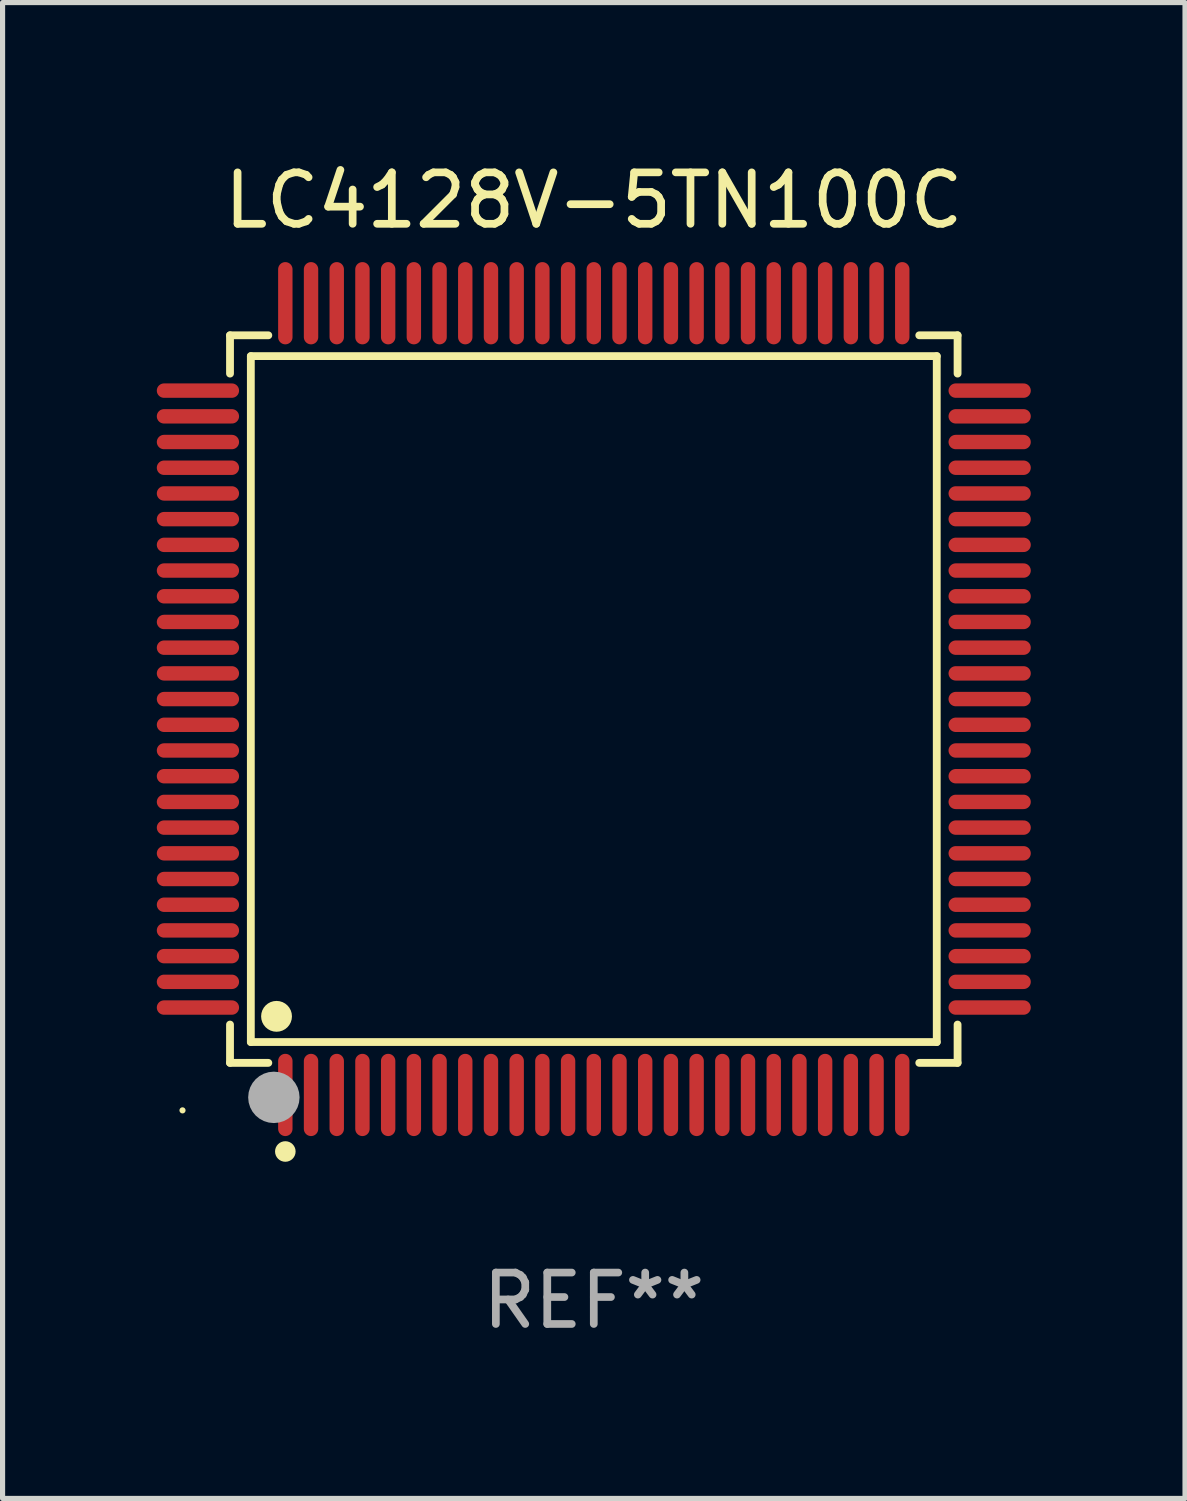
<source format=kicad_pcb>
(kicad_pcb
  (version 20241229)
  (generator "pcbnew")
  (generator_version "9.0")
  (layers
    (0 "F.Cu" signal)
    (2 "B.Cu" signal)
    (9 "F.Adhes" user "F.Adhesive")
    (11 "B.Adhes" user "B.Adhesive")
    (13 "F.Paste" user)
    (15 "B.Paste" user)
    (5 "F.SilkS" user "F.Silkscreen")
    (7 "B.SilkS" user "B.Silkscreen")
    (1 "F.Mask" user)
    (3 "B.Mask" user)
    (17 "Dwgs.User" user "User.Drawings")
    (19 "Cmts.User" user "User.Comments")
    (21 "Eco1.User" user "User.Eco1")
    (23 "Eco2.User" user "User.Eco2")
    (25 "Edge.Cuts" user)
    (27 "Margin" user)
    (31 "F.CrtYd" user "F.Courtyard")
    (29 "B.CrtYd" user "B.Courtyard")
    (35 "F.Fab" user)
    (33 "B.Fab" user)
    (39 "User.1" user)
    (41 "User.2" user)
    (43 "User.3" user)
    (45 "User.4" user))
  (footprint "LC4128V-5TN100C"
    (layer "F.Cu")
    (at 8.5 10.548)
    (property "Reference" "LC4128V-5TN100C" (at 0 -9.7 0) (layer "F.SilkS") (effects (font (size 1 1) (thickness 0.15))))
    (attr through_hole)
    (fp_line (start -7.076 -7.076) (end -6.331 -7.076) (stroke (width 0.152) (type solid)) (layer "F.SilkS"))
    (fp_line (start -7.076 -6.331) (end -7.076 -7.076) (stroke (width 0.152) (type solid)) (layer "F.SilkS"))
    (fp_line (start -7.076 6.331) (end -7.076 7.076) (stroke (width 0.152) (type solid)) (layer "F.SilkS"))
    (fp_line (start -7.076 7.076) (end -6.331 7.076) (stroke (width 0.152) (type solid)) (layer "F.SilkS"))
    (fp_line (start -6.671 -6.671) (end 6.671 -6.671) (stroke (width 0.152) (type solid)) (layer "F.SilkS"))
    (fp_line (start -6.671 6.671) (end -6.671 -6.671) (stroke (width 0.152) (type solid)) (layer "F.SilkS"))
    (fp_line (start 6.671 -6.671) (end 6.671 6.671) (stroke (width 0.152) (type solid)) (layer "F.SilkS"))
    (fp_line (start 6.671 6.671) (end -6.671 6.671) (stroke (width 0.152) (type solid)) (layer "F.SilkS"))
    (fp_line (start 7.076 -7.076) (end 6.331 -7.076) (stroke (width 0.152) (type solid)) (layer "F.SilkS"))
    (fp_line (start 7.076 -6.331) (end 7.076 -7.076) (stroke (width 0.152) (type solid)) (layer "F.SilkS"))
    (fp_line (start 7.076 6.331) (end 7.076 7.076) (stroke (width 0.152) (type solid)) (layer "F.SilkS"))
    (fp_line (start 7.076 7.076) (end 6.331 7.076) (stroke (width 0.152) (type solid)) (layer "F.SilkS"))
    (fp_circle (center -8 8) (end -7.97 8) (stroke (width 0.06) (type solid)) (fill no) (layer "F.SilkS"))
    (fp_circle (center -6.171 6.171) (end -6.021 6.171) (stroke (width 0.3) (type solid)) (fill no) (layer "F.SilkS"))
    (fp_circle (center -6 8.8) (end -5.9 8.8) (stroke (width 0.2) (type solid)) (fill no) (layer "F.SilkS"))
    (fp_circle (center -6.223 7.747) (end -5.973 7.747) (stroke (width 0.5) (type solid)) (fill no) (layer "F.Fab"))
    (fp_text user "REF**" (at 0 11.7 0) (layer "F.Fab") (effects (font (size 1 1) (thickness 0.15))))
    (pad "1" smd oval (at -6 7.7) (size 0.28 1.6) (layers "F.Cu" "F.Mask" "F.Paste"))
    (pad "2" smd oval (at -5.5 7.7) (size 0.28 1.6) (layers "F.Cu" "F.Mask" "F.Paste"))
    (pad "3" smd oval (at -5 7.7) (size 0.28 1.6) (layers "F.Cu" "F.Mask" "F.Paste"))
    (pad "4" smd oval (at -4.5 7.7) (size 0.28 1.6) (layers "F.Cu" "F.Mask" "F.Paste"))
    (pad "5" smd oval (at -4 7.7) (size 0.28 1.6) (layers "F.Cu" "F.Mask" "F.Paste"))
    (pad "6" smd oval (at -3.5 7.7) (size 0.28 1.6) (layers "F.Cu" "F.Mask" "F.Paste"))
    (pad "7" smd oval (at -3 7.7) (size 0.28 1.6) (layers "F.Cu" "F.Mask" "F.Paste"))
    (pad "8" smd oval (at -2.5 7.7) (size 0.28 1.6) (layers "F.Cu" "F.Mask" "F.Paste"))
    (pad "9" smd oval (at -2 7.7) (size 0.28 1.6) (layers "F.Cu" "F.Mask" "F.Paste"))
    (pad "10" smd oval (at -1.5 7.7) (size 0.28 1.6) (layers "F.Cu" "F.Mask" "F.Paste"))
    (pad "11" smd oval (at -1 7.7) (size 0.28 1.6) (layers "F.Cu" "F.Mask" "F.Paste"))
    (pad "12" smd oval (at -0.5 7.7) (size 0.28 1.6) (layers "F.Cu" "F.Mask" "F.Paste"))
    (pad "13" smd oval (at 0 7.7) (size 0.28 1.6) (layers "F.Cu" "F.Mask" "F.Paste"))
    (pad "14" smd oval (at 0.5 7.7) (size 0.28 1.6) (layers "F.Cu" "F.Mask" "F.Paste"))
    (pad "15" smd oval (at 1 7.7) (size 0.28 1.6) (layers "F.Cu" "F.Mask" "F.Paste"))
    (pad "16" smd oval (at 1.5 7.7) (size 0.28 1.6) (layers "F.Cu" "F.Mask" "F.Paste"))
    (pad "17" smd oval (at 2 7.7) (size 0.28 1.6) (layers "F.Cu" "F.Mask" "F.Paste"))
    (pad "18" smd oval (at 2.5 7.7) (size 0.28 1.6) (layers "F.Cu" "F.Mask" "F.Paste"))
    (pad "19" smd oval (at 3 7.7) (size 0.28 1.6) (layers "F.Cu" "F.Mask" "F.Paste"))
    (pad "20" smd oval (at 3.5 7.7) (size 0.28 1.6) (layers "F.Cu" "F.Mask" "F.Paste"))
    (pad "21" smd oval (at 4 7.7) (size 0.28 1.6) (layers "F.Cu" "F.Mask" "F.Paste"))
    (pad "22" smd oval (at 4.5 7.7) (size 0.28 1.6) (layers "F.Cu" "F.Mask" "F.Paste"))
    (pad "23" smd oval (at 5 7.7) (size 0.28 1.6) (layers "F.Cu" "F.Mask" "F.Paste"))
    (pad "24" smd oval (at 5.5 7.7) (size 0.28 1.6) (layers "F.Cu" "F.Mask" "F.Paste"))
    (pad "25" smd oval (at 6 7.7) (size 0.28 1.6) (layers "F.Cu" "F.Mask" "F.Paste"))
    (pad "26" smd oval (at 7.7 6) (size 1.6 0.28) (layers "F.Cu" "F.Mask" "F.Paste"))
    (pad "27" smd oval (at 7.7 5.5) (size 1.6 0.28) (layers "F.Cu" "F.Mask" "F.Paste"))
    (pad "28" smd oval (at 7.7 5) (size 1.6 0.28) (layers "F.Cu" "F.Mask" "F.Paste"))
    (pad "29" smd oval (at 7.7 4.5) (size 1.6 0.28) (layers "F.Cu" "F.Mask" "F.Paste"))
    (pad "30" smd oval (at 7.7 4) (size 1.6 0.28) (layers "F.Cu" "F.Mask" "F.Paste"))
    (pad "31" smd oval (at 7.7 3.5) (size 1.6 0.28) (layers "F.Cu" "F.Mask" "F.Paste"))
    (pad "32" smd oval (at 7.7 3) (size 1.6 0.28) (layers "F.Cu" "F.Mask" "F.Paste"))
    (pad "33" smd oval (at 7.7 2.5) (size 1.6 0.28) (layers "F.Cu" "F.Mask" "F.Paste"))
    (pad "34" smd oval (at 7.7 2) (size 1.6 0.28) (layers "F.Cu" "F.Mask" "F.Paste"))
    (pad "35" smd oval (at 7.7 1.5) (size 1.6 0.28) (layers "F.Cu" "F.Mask" "F.Paste"))
    (pad "36" smd oval (at 7.7 1) (size 1.6 0.28) (layers "F.Cu" "F.Mask" "F.Paste"))
    (pad "37" smd oval (at 7.7 0.5) (size 1.6 0.28) (layers "F.Cu" "F.Mask" "F.Paste"))
    (pad "38" smd oval (at 7.7 0) (size 1.6 0.28) (layers "F.Cu" "F.Mask" "F.Paste"))
    (pad "39" smd oval (at 7.7 -0.5) (size 1.6 0.28) (layers "F.Cu" "F.Mask" "F.Paste"))
    (pad "40" smd oval (at 7.7 -1) (size 1.6 0.28) (layers "F.Cu" "F.Mask" "F.Paste"))
    (pad "41" smd oval (at 7.7 -1.5) (size 1.6 0.28) (layers "F.Cu" "F.Mask" "F.Paste"))
    (pad "42" smd oval (at 7.7 -2) (size 1.6 0.28) (layers "F.Cu" "F.Mask" "F.Paste"))
    (pad "43" smd oval (at 7.7 -2.5) (size 1.6 0.28) (layers "F.Cu" "F.Mask" "F.Paste"))
    (pad "44" smd oval (at 7.7 -3) (size 1.6 0.28) (layers "F.Cu" "F.Mask" "F.Paste"))
    (pad "45" smd oval (at 7.7 -3.5) (size 1.6 0.28) (layers "F.Cu" "F.Mask" "F.Paste"))
    (pad "46" smd oval (at 7.7 -4) (size 1.6 0.28) (layers "F.Cu" "F.Mask" "F.Paste"))
    (pad "47" smd oval (at 7.7 -4.5) (size 1.6 0.28) (layers "F.Cu" "F.Mask" "F.Paste"))
    (pad "48" smd oval (at 7.7 -5) (size 1.6 0.28) (layers "F.Cu" "F.Mask" "F.Paste"))
    (pad "49" smd oval (at 7.7 -5.5) (size 1.6 0.28) (layers "F.Cu" "F.Mask" "F.Paste"))
    (pad "50" smd oval (at 7.7 -6) (size 1.6 0.28) (layers "F.Cu" "F.Mask" "F.Paste"))
    (pad "51" smd oval (at 6 -7.7) (size 0.28 1.6) (layers "F.Cu" "F.Mask" "F.Paste"))
    (pad "52" smd oval (at 5.5 -7.7) (size 0.28 1.6) (layers "F.Cu" "F.Mask" "F.Paste"))
    (pad "53" smd oval (at 5 -7.7) (size 0.28 1.6) (layers "F.Cu" "F.Mask" "F.Paste"))
    (pad "54" smd oval (at 4.5 -7.7) (size 0.28 1.6) (layers "F.Cu" "F.Mask" "F.Paste"))
    (pad "55" smd oval (at 4 -7.7) (size 0.28 1.6) (layers "F.Cu" "F.Mask" "F.Paste"))
    (pad "56" smd oval (at 3.5 -7.7) (size 0.28 1.6) (layers "F.Cu" "F.Mask" "F.Paste"))
    (pad "57" smd oval (at 3 -7.7) (size 0.28 1.6) (layers "F.Cu" "F.Mask" "F.Paste"))
    (pad "58" smd oval (at 2.5 -7.7) (size 0.28 1.6) (layers "F.Cu" "F.Mask" "F.Paste"))
    (pad "59" smd oval (at 2 -7.7) (size 0.28 1.6) (layers "F.Cu" "F.Mask" "F.Paste"))
    (pad "60" smd oval (at 1.5 -7.7) (size 0.28 1.6) (layers "F.Cu" "F.Mask" "F.Paste"))
    (pad "61" smd oval (at 1 -7.7) (size 0.28 1.6) (layers "F.Cu" "F.Mask" "F.Paste"))
    (pad "62" smd oval (at 0.5 -7.7) (size 0.28 1.6) (layers "F.Cu" "F.Mask" "F.Paste"))
    (pad "63" smd oval (at 0 -7.7) (size 0.28 1.6) (layers "F.Cu" "F.Mask" "F.Paste"))
    (pad "64" smd oval (at -0.5 -7.7) (size 0.28 1.6) (layers "F.Cu" "F.Mask" "F.Paste"))
    (pad "65" smd oval (at -1 -7.7) (size 0.28 1.6) (layers "F.Cu" "F.Mask" "F.Paste"))
    (pad "66" smd oval (at -1.5 -7.7) (size 0.28 1.6) (layers "F.Cu" "F.Mask" "F.Paste"))
    (pad "67" smd oval (at -2 -7.7) (size 0.28 1.6) (layers "F.Cu" "F.Mask" "F.Paste"))
    (pad "68" smd oval (at -2.5 -7.7) (size 0.28 1.6) (layers "F.Cu" "F.Mask" "F.Paste"))
    (pad "69" smd oval (at -3 -7.7) (size 0.28 1.6) (layers "F.Cu" "F.Mask" "F.Paste"))
    (pad "70" smd oval (at -3.5 -7.7) (size 0.28 1.6) (layers "F.Cu" "F.Mask" "F.Paste"))
    (pad "71" smd oval (at -4 -7.7) (size 0.28 1.6) (layers "F.Cu" "F.Mask" "F.Paste"))
    (pad "72" smd oval (at -4.5 -7.7) (size 0.28 1.6) (layers "F.Cu" "F.Mask" "F.Paste"))
    (pad "73" smd oval (at -5 -7.7) (size 0.28 1.6) (layers "F.Cu" "F.Mask" "F.Paste"))
    (pad "74" smd oval (at -5.5 -7.7) (size 0.28 1.6) (layers "F.Cu" "F.Mask" "F.Paste"))
    (pad "75" smd oval (at -6 -7.7) (size 0.28 1.6) (layers "F.Cu" "F.Mask" "F.Paste"))
    (pad "76" smd oval (at -7.7 -6) (size 1.6 0.28) (layers "F.Cu" "F.Mask" "F.Paste"))
    (pad "77" smd oval (at -7.7 -5.5) (size 1.6 0.28) (layers "F.Cu" "F.Mask" "F.Paste"))
    (pad "78" smd oval (at -7.7 -5) (size 1.6 0.28) (layers "F.Cu" "F.Mask" "F.Paste"))
    (pad "79" smd oval (at -7.7 -4.5) (size 1.6 0.28) (layers "F.Cu" "F.Mask" "F.Paste"))
    (pad "80" smd oval (at -7.7 -4) (size 1.6 0.28) (layers "F.Cu" "F.Mask" "F.Paste"))
    (pad "81" smd oval (at -7.7 -3.5) (size 1.6 0.28) (layers "F.Cu" "F.Mask" "F.Paste"))
    (pad "82" smd oval (at -7.7 -3) (size 1.6 0.28) (layers "F.Cu" "F.Mask" "F.Paste"))
    (pad "83" smd oval (at -7.7 -2.5) (size 1.6 0.28) (layers "F.Cu" "F.Mask" "F.Paste"))
    (pad "84" smd oval (at -7.7 -2) (size 1.6 0.28) (layers "F.Cu" "F.Mask" "F.Paste"))
    (pad "85" smd oval (at -7.7 -1.5) (size 1.6 0.28) (layers "F.Cu" "F.Mask" "F.Paste"))
    (pad "86" smd oval (at -7.7 -1) (size 1.6 0.28) (layers "F.Cu" "F.Mask" "F.Paste"))
    (pad "87" smd oval (at -7.7 -0.5) (size 1.6 0.28) (layers "F.Cu" "F.Mask" "F.Paste"))
    (pad "88" smd oval (at -7.7 0) (size 1.6 0.28) (layers "F.Cu" "F.Mask" "F.Paste"))
    (pad "89" smd oval (at -7.7 0.5) (size 1.6 0.28) (layers "F.Cu" "F.Mask" "F.Paste"))
    (pad "90" smd oval (at -7.7 1) (size 1.6 0.28) (layers "F.Cu" "F.Mask" "F.Paste"))
    (pad "91" smd oval (at -7.7 1.5) (size 1.6 0.28) (layers "F.Cu" "F.Mask" "F.Paste"))
    (pad "92" smd oval (at -7.7 2) (size 1.6 0.28) (layers "F.Cu" "F.Mask" "F.Paste"))
    (pad "93" smd oval (at -7.7 2.5) (size 1.6 0.28) (layers "F.Cu" "F.Mask" "F.Paste"))
    (pad "94" smd oval (at -7.7 3) (size 1.6 0.28) (layers "F.Cu" "F.Mask" "F.Paste"))
    (pad "95" smd oval (at -7.7 3.5) (size 1.6 0.28) (layers "F.Cu" "F.Mask" "F.Paste"))
    (pad "96" smd oval (at -7.7 4) (size 1.6 0.28) (layers "F.Cu" "F.Mask" "F.Paste"))
    (pad "97" smd oval (at -7.7 4.5) (size 1.6 0.28) (layers "F.Cu" "F.Mask" "F.Paste"))
    (pad "98" smd oval (at -7.7 5) (size 1.6 0.28) (layers "F.Cu" "F.Mask" "F.Paste"))
    (pad "99" smd oval (at -7.7 5.5) (size 1.6 0.28) (layers "F.Cu" "F.Mask" "F.Paste"))
    (pad "100" smd oval (at -7.7 6) (size 1.6 0.28) (layers "F.Cu" "F.Mask" "F.Paste")))
  (gr_rect
    (start -3 -3)
    (end 20 26.097)
    (stroke (width 0.1) (type default))
    (fill no)
    (layer "Edge.Cuts")))
</source>
